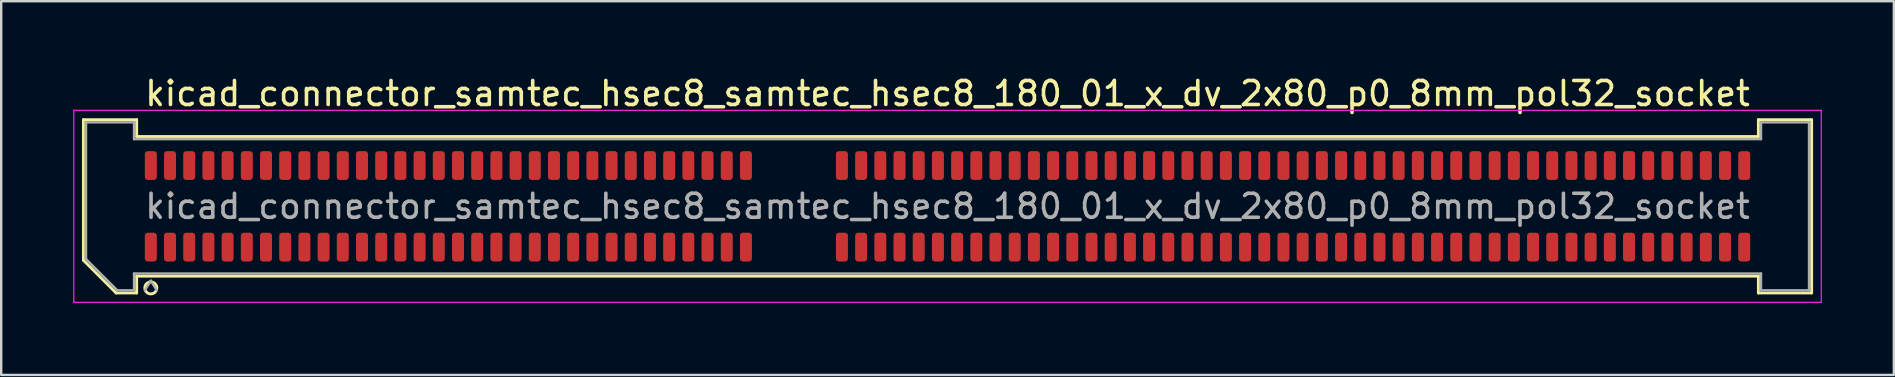
<source format=kicad_pcb>
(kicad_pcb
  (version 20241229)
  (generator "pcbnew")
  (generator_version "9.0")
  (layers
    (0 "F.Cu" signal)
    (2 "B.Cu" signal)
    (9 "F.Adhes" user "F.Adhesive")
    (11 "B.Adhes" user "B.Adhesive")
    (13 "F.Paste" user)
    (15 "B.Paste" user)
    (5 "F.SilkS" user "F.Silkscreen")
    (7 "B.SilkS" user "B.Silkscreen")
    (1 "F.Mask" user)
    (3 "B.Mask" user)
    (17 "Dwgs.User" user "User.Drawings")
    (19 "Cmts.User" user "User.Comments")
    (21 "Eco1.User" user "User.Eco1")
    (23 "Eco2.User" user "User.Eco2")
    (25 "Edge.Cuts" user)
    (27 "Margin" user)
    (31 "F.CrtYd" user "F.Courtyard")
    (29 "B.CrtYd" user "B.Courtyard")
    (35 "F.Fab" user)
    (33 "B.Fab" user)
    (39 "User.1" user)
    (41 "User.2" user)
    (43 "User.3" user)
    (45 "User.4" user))
  (footprint "kicad_connector_samtec_hsec8_samtec_hsec8_180_01_x_dv_2x80_p0_8mm_pol32_socket"
    (layer "F.Cu")
    (at 36.435 5.548)
    (property "Reference" "kicad_connector_samtec_hsec8_samtec_hsec8_180_01_x_dv_2x80_p0_8mm_pol32_socket" (at 0 -4.7 0) (layer "F.SilkS") (effects (font (size 1 1) (thickness 0.15))))
    (attr smd)
    (fp_line (start -36.01 -3.61) (end -33.79 -3.61) (stroke (width 0.12) (type solid)) (layer "F.SilkS"))
    (fp_line (start -36.01 2.246) (end -36.01 -3.61) (stroke (width 0.12) (type solid)) (layer "F.SilkS"))
    (fp_line (start -34.646 3.61) (end -36.01 2.246) (stroke (width 0.12) (type solid)) (layer "F.SilkS"))
    (fp_line (start -33.79 -3.61) (end -33.79 -2.91) (stroke (width 0.12) (type solid)) (layer "F.SilkS"))
    (fp_line (start -33.79 -2.91) (end 33.79 -2.91) (stroke (width 0.12) (type solid)) (layer "F.SilkS"))
    (fp_line (start -33.79 2.91) (end -33.79 3.61) (stroke (width 0.12) (type solid)) (layer "F.SilkS"))
    (fp_line (start -33.79 3.61) (end -34.646 3.61) (stroke (width 0.12) (type solid)) (layer "F.SilkS"))
    (fp_line (start 33.79 -3.61) (end 36.01 -3.61) (stroke (width 0.12) (type solid)) (layer "F.SilkS"))
    (fp_line (start 33.79 -2.91) (end 33.79 -3.61) (stroke (width 0.12) (type solid)) (layer "F.SilkS"))
    (fp_line (start 33.79 2.91) (end -33.79 2.91) (stroke (width 0.12) (type solid)) (layer "F.SilkS"))
    (fp_line (start 33.79 3.61) (end 33.79 2.91) (stroke (width 0.12) (type solid)) (layer "F.SilkS"))
    (fp_line (start 36.01 -3.61) (end 36.01 3.61) (stroke (width 0.12) (type solid)) (layer "F.SilkS"))
    (fp_line (start 36.01 3.61) (end 33.79 3.61) (stroke (width 0.12) (type solid)) (layer "F.SilkS"))
    (fp_arc (start -32.95 3.4) (mid -33.45 3.4) (end -32.95 3.4) (stroke (width 0.12) (type solid)) (layer "F.SilkS"))
    (fp_line (start -36.41 -4) (end -36.41 4) (stroke (width 0.05) (type solid)) (layer "F.CrtYd"))
    (fp_line (start -36.41 4) (end 36.41 4) (stroke (width 0.05) (type solid)) (layer "F.CrtYd"))
    (fp_line (start 36.41 -4) (end -36.41 -4) (stroke (width 0.05) (type solid)) (layer "F.CrtYd"))
    (fp_line (start 36.41 4) (end 36.41 -4) (stroke (width 0.05) (type solid)) (layer "F.CrtYd"))
    (fp_line (start -35.9 -3.5) (end -33.9 -3.5) (stroke (width 0.1) (type solid)) (layer "F.Fab"))
    (fp_line (start -35.9 2.2) (end -35.9 -3.5) (stroke (width 0.1) (type solid)) (layer "F.Fab"))
    (fp_line (start -34.6 3.5) (end -35.9 2.2) (stroke (width 0.1) (type solid)) (layer "F.Fab"))
    (fp_line (start -33.9 -3.5) (end -33.9 -2.8) (stroke (width 0.1) (type solid)) (layer "F.Fab"))
    (fp_line (start -33.9 -2.8) (end 33.9 -2.8) (stroke (width 0.1) (type solid)) (layer "F.Fab"))
    (fp_line (start -33.9 2.8) (end -33.9 3.5) (stroke (width 0.1) (type solid)) (layer "F.Fab"))
    (fp_line (start -33.9 3.5) (end -34.6 3.5) (stroke (width 0.1) (type solid)) (layer "F.Fab"))
    (fp_line (start -33.2 3.1) (end -33.45 3.5) (stroke (width 0.1) (type solid)) (layer "F.Fab"))
    (fp_line (start -33.2 3.1) (end -32.95 3.5) (stroke (width 0.1) (type solid)) (layer "F.Fab"))
    (fp_line (start 33.9 -3.5) (end 35.9 -3.5) (stroke (width 0.1) (type solid)) (layer "F.Fab"))
    (fp_line (start 33.9 -2.8) (end 33.9 -3.5) (stroke (width 0.1) (type solid)) (layer "F.Fab"))
    (fp_line (start 33.9 2.8) (end -33.9 2.8) (stroke (width 0.1) (type solid)) (layer "F.Fab"))
    (fp_line (start 33.9 3.5) (end 33.9 2.8) (stroke (width 0.1) (type solid)) (layer "F.Fab"))
    (fp_line (start 35.9 -3.5) (end 35.9 3.5) (stroke (width 0.1) (type solid)) (layer "F.Fab"))
    (fp_line (start 35.9 3.5) (end 33.9 3.5) (stroke (width 0.1) (type solid)) (layer "F.Fab"))
    (fp_text user "${REFERENCE}" (at 0 0 0) (layer "F.Fab") (effects (font (size 1 1) (thickness 0.15))))
    (pad "1" smd roundrect (at -33.2 1.7) (size 0.5 1.2) (layers "F.Cu" "F.Mask" "F.Paste") (roundrect_rratio 0.25))
    (pad "2" smd roundrect (at -33.2 -1.7) (size 0.5 1.2) (layers "F.Cu" "F.Mask" "F.Paste") (roundrect_rratio 0.25))
    (pad "3" smd roundrect (at -32.4 1.7) (size 0.5 1.2) (layers "F.Cu" "F.Mask" "F.Paste") (roundrect_rratio 0.25))
    (pad "4" smd roundrect (at -32.4 -1.7) (size 0.5 1.2) (layers "F.Cu" "F.Mask" "F.Paste") (roundrect_rratio 0.25))
    (pad "5" smd roundrect (at -31.6 1.7) (size 0.5 1.2) (layers "F.Cu" "F.Mask" "F.Paste") (roundrect_rratio 0.25))
    (pad "6" smd roundrect (at -31.6 -1.7) (size 0.5 1.2) (layers "F.Cu" "F.Mask" "F.Paste") (roundrect_rratio 0.25))
    (pad "7" smd roundrect (at -30.8 1.7) (size 0.5 1.2) (layers "F.Cu" "F.Mask" "F.Paste") (roundrect_rratio 0.25))
    (pad "8" smd roundrect (at -30.8 -1.7) (size 0.5 1.2) (layers "F.Cu" "F.Mask" "F.Paste") (roundrect_rratio 0.25))
    (pad "9" smd roundrect (at -30 1.7) (size 0.5 1.2) (layers "F.Cu" "F.Mask" "F.Paste") (roundrect_rratio 0.25))
    (pad "10" smd roundrect (at -30 -1.7) (size 0.5 1.2) (layers "F.Cu" "F.Mask" "F.Paste") (roundrect_rratio 0.25))
    (pad "11" smd roundrect (at -29.2 1.7) (size 0.5 1.2) (layers "F.Cu" "F.Mask" "F.Paste") (roundrect_rratio 0.25))
    (pad "12" smd roundrect (at -29.2 -1.7) (size 0.5 1.2) (layers "F.Cu" "F.Mask" "F.Paste") (roundrect_rratio 0.25))
    (pad "13" smd roundrect (at -28.4 1.7) (size 0.5 1.2) (layers "F.Cu" "F.Mask" "F.Paste") (roundrect_rratio 0.25))
    (pad "14" smd roundrect (at -28.4 -1.7) (size 0.5 1.2) (layers "F.Cu" "F.Mask" "F.Paste") (roundrect_rratio 0.25))
    (pad "15" smd roundrect (at -27.6 1.7) (size 0.5 1.2) (layers "F.Cu" "F.Mask" "F.Paste") (roundrect_rratio 0.25))
    (pad "16" smd roundrect (at -27.6 -1.7) (size 0.5 1.2) (layers "F.Cu" "F.Mask" "F.Paste") (roundrect_rratio 0.25))
    (pad "17" smd roundrect (at -26.8 1.7) (size 0.5 1.2) (layers "F.Cu" "F.Mask" "F.Paste") (roundrect_rratio 0.25))
    (pad "18" smd roundrect (at -26.8 -1.7) (size 0.5 1.2) (layers "F.Cu" "F.Mask" "F.Paste") (roundrect_rratio 0.25))
    (pad "19" smd roundrect (at -26 1.7) (size 0.5 1.2) (layers "F.Cu" "F.Mask" "F.Paste") (roundrect_rratio 0.25))
    (pad "20" smd roundrect (at -26 -1.7) (size 0.5 1.2) (layers "F.Cu" "F.Mask" "F.Paste") (roundrect_rratio 0.25))
    (pad "21" smd roundrect (at -25.2 1.7) (size 0.5 1.2) (layers "F.Cu" "F.Mask" "F.Paste") (roundrect_rratio 0.25))
    (pad "22" smd roundrect (at -25.2 -1.7) (size 0.5 1.2) (layers "F.Cu" "F.Mask" "F.Paste") (roundrect_rratio 0.25))
    (pad "23" smd roundrect (at -24.4 1.7) (size 0.5 1.2) (layers "F.Cu" "F.Mask" "F.Paste") (roundrect_rratio 0.25))
    (pad "24" smd roundrect (at -24.4 -1.7) (size 0.5 1.2) (layers "F.Cu" "F.Mask" "F.Paste") (roundrect_rratio 0.25))
    (pad "25" smd roundrect (at -23.6 1.7) (size 0.5 1.2) (layers "F.Cu" "F.Mask" "F.Paste") (roundrect_rratio 0.25))
    (pad "26" smd roundrect (at -23.6 -1.7) (size 0.5 1.2) (layers "F.Cu" "F.Mask" "F.Paste") (roundrect_rratio 0.25))
    (pad "27" smd roundrect (at -22.8 1.7) (size 0.5 1.2) (layers "F.Cu" "F.Mask" "F.Paste") (roundrect_rratio 0.25))
    (pad "28" smd roundrect (at -22.8 -1.7) (size 0.5 1.2) (layers "F.Cu" "F.Mask" "F.Paste") (roundrect_rratio 0.25))
    (pad "29" smd roundrect (at -22 1.7) (size 0.5 1.2) (layers "F.Cu" "F.Mask" "F.Paste") (roundrect_rratio 0.25))
    (pad "30" smd roundrect (at -22 -1.7) (size 0.5 1.2) (layers "F.Cu" "F.Mask" "F.Paste") (roundrect_rratio 0.25))
    (pad "31" smd roundrect (at -21.2 1.7) (size 0.5 1.2) (layers "F.Cu" "F.Mask" "F.Paste") (roundrect_rratio 0.25))
    (pad "32" smd roundrect (at -21.2 -1.7) (size 0.5 1.2) (layers "F.Cu" "F.Mask" "F.Paste") (roundrect_rratio 0.25))
    (pad "33" smd roundrect (at -20.4 1.7) (size 0.5 1.2) (layers "F.Cu" "F.Mask" "F.Paste") (roundrect_rratio 0.25))
    (pad "34" smd roundrect (at -20.4 -1.7) (size 0.5 1.2) (layers "F.Cu" "F.Mask" "F.Paste") (roundrect_rratio 0.25))
    (pad "35" smd roundrect (at -19.6 1.7) (size 0.5 1.2) (layers "F.Cu" "F.Mask" "F.Paste") (roundrect_rratio 0.25))
    (pad "36" smd roundrect (at -19.6 -1.7) (size 0.5 1.2) (layers "F.Cu" "F.Mask" "F.Paste") (roundrect_rratio 0.25))
    (pad "37" smd roundrect (at -18.8 1.7) (size 0.5 1.2) (layers "F.Cu" "F.Mask" "F.Paste") (roundrect_rratio 0.25))
    (pad "38" smd roundrect (at -18.8 -1.7) (size 0.5 1.2) (layers "F.Cu" "F.Mask" "F.Paste") (roundrect_rratio 0.25))
    (pad "39" smd roundrect (at -18 1.7) (size 0.5 1.2) (layers "F.Cu" "F.Mask" "F.Paste") (roundrect_rratio 0.25))
    (pad "40" smd roundrect (at -18 -1.7) (size 0.5 1.2) (layers "F.Cu" "F.Mask" "F.Paste") (roundrect_rratio 0.25))
    (pad "41" smd roundrect (at -17.2 1.7) (size 0.5 1.2) (layers "F.Cu" "F.Mask" "F.Paste") (roundrect_rratio 0.25))
    (pad "42" smd roundrect (at -17.2 -1.7) (size 0.5 1.2) (layers "F.Cu" "F.Mask" "F.Paste") (roundrect_rratio 0.25))
    (pad "43" smd roundrect (at -16.4 1.7) (size 0.5 1.2) (layers "F.Cu" "F.Mask" "F.Paste") (roundrect_rratio 0.25))
    (pad "44" smd roundrect (at -16.4 -1.7) (size 0.5 1.2) (layers "F.Cu" "F.Mask" "F.Paste") (roundrect_rratio 0.25))
    (pad "45" smd roundrect (at -15.6 1.7) (size 0.5 1.2) (layers "F.Cu" "F.Mask" "F.Paste") (roundrect_rratio 0.25))
    (pad "46" smd roundrect (at -15.6 -1.7) (size 0.5 1.2) (layers "F.Cu" "F.Mask" "F.Paste") (roundrect_rratio 0.25))
    (pad "47" smd roundrect (at -14.8 1.7) (size 0.5 1.2) (layers "F.Cu" "F.Mask" "F.Paste") (roundrect_rratio 0.25))
    (pad "48" smd roundrect (at -14.8 -1.7) (size 0.5 1.2) (layers "F.Cu" "F.Mask" "F.Paste") (roundrect_rratio 0.25))
    (pad "49" smd roundrect (at -14 1.7) (size 0.5 1.2) (layers "F.Cu" "F.Mask" "F.Paste") (roundrect_rratio 0.25))
    (pad "50" smd roundrect (at -14 -1.7) (size 0.5 1.2) (layers "F.Cu" "F.Mask" "F.Paste") (roundrect_rratio 0.25))
    (pad "51" smd roundrect (at -13.2 1.7) (size 0.5 1.2) (layers "F.Cu" "F.Mask" "F.Paste") (roundrect_rratio 0.25))
    (pad "52" smd roundrect (at -13.2 -1.7) (size 0.5 1.2) (layers "F.Cu" "F.Mask" "F.Paste") (roundrect_rratio 0.25))
    (pad "53" smd roundrect (at -12.4 1.7) (size 0.5 1.2) (layers "F.Cu" "F.Mask" "F.Paste") (roundrect_rratio 0.25))
    (pad "54" smd roundrect (at -12.4 -1.7) (size 0.5 1.2) (layers "F.Cu" "F.Mask" "F.Paste") (roundrect_rratio 0.25))
    (pad "55" smd roundrect (at -11.6 1.7) (size 0.5 1.2) (layers "F.Cu" "F.Mask" "F.Paste") (roundrect_rratio 0.25))
    (pad "56" smd roundrect (at -11.6 -1.7) (size 0.5 1.2) (layers "F.Cu" "F.Mask" "F.Paste") (roundrect_rratio 0.25))
    (pad "57" smd roundrect (at -10.8 1.7) (size 0.5 1.2) (layers "F.Cu" "F.Mask" "F.Paste") (roundrect_rratio 0.25))
    (pad "58" smd roundrect (at -10.8 -1.7) (size 0.5 1.2) (layers "F.Cu" "F.Mask" "F.Paste") (roundrect_rratio 0.25))
    (pad "59" smd roundrect (at -10 1.7) (size 0.5 1.2) (layers "F.Cu" "F.Mask" "F.Paste") (roundrect_rratio 0.25))
    (pad "60" smd roundrect (at -10 -1.7) (size 0.5 1.2) (layers "F.Cu" "F.Mask" "F.Paste") (roundrect_rratio 0.25))
    (pad "61" smd roundrect (at -9.2 1.7) (size 0.5 1.2) (layers "F.Cu" "F.Mask" "F.Paste") (roundrect_rratio 0.25))
    (pad "62" smd roundrect (at -9.2 -1.7) (size 0.5 1.2) (layers "F.Cu" "F.Mask" "F.Paste") (roundrect_rratio 0.25))
    (pad "63" smd roundrect (at -8.4 1.7) (size 0.5 1.2) (layers "F.Cu" "F.Mask" "F.Paste") (roundrect_rratio 0.25))
    (pad "64" smd roundrect (at -8.4 -1.7) (size 0.5 1.2) (layers "F.Cu" "F.Mask" "F.Paste") (roundrect_rratio 0.25))
    (pad "65" smd roundrect (at -4.4 1.7) (size 0.5 1.2) (layers "F.Cu" "F.Mask" "F.Paste") (roundrect_rratio 0.25))
    (pad "66" smd roundrect (at -4.4 -1.7) (size 0.5 1.2) (layers "F.Cu" "F.Mask" "F.Paste") (roundrect_rratio 0.25))
    (pad "67" smd roundrect (at -3.6 1.7) (size 0.5 1.2) (layers "F.Cu" "F.Mask" "F.Paste") (roundrect_rratio 0.25))
    (pad "68" smd roundrect (at -3.6 -1.7) (size 0.5 1.2) (layers "F.Cu" "F.Mask" "F.Paste") (roundrect_rratio 0.25))
    (pad "69" smd roundrect (at -2.8 1.7) (size 0.5 1.2) (layers "F.Cu" "F.Mask" "F.Paste") (roundrect_rratio 0.25))
    (pad "70" smd roundrect (at -2.8 -1.7) (size 0.5 1.2) (layers "F.Cu" "F.Mask" "F.Paste") (roundrect_rratio 0.25))
    (pad "71" smd roundrect (at -2 1.7) (size 0.5 1.2) (layers "F.Cu" "F.Mask" "F.Paste") (roundrect_rratio 0.25))
    (pad "72" smd roundrect (at -2 -1.7) (size 0.5 1.2) (layers "F.Cu" "F.Mask" "F.Paste") (roundrect_rratio 0.25))
    (pad "73" smd roundrect (at -1.2 1.7) (size 0.5 1.2) (layers "F.Cu" "F.Mask" "F.Paste") (roundrect_rratio 0.25))
    (pad "74" smd roundrect (at -1.2 -1.7) (size 0.5 1.2) (layers "F.Cu" "F.Mask" "F.Paste") (roundrect_rratio 0.25))
    (pad "75" smd roundrect (at -0.4 1.7) (size 0.5 1.2) (layers "F.Cu" "F.Mask" "F.Paste") (roundrect_rratio 0.25))
    (pad "76" smd roundrect (at -0.4 -1.7) (size 0.5 1.2) (layers "F.Cu" "F.Mask" "F.Paste") (roundrect_rratio 0.25))
    (pad "77" smd roundrect (at 0.4 1.7) (size 0.5 1.2) (layers "F.Cu" "F.Mask" "F.Paste") (roundrect_rratio 0.25))
    (pad "78" smd roundrect (at 0.4 -1.7) (size 0.5 1.2) (layers "F.Cu" "F.Mask" "F.Paste") (roundrect_rratio 0.25))
    (pad "79" smd roundrect (at 1.2 1.7) (size 0.5 1.2) (layers "F.Cu" "F.Mask" "F.Paste") (roundrect_rratio 0.25))
    (pad "80" smd roundrect (at 1.2 -1.7) (size 0.5 1.2) (layers "F.Cu" "F.Mask" "F.Paste") (roundrect_rratio 0.25))
    (pad "81" smd roundrect (at 2 1.7) (size 0.5 1.2) (layers "F.Cu" "F.Mask" "F.Paste") (roundrect_rratio 0.25))
    (pad "82" smd roundrect (at 2 -1.7) (size 0.5 1.2) (layers "F.Cu" "F.Mask" "F.Paste") (roundrect_rratio 0.25))
    (pad "83" smd roundrect (at 2.8 1.7) (size 0.5 1.2) (layers "F.Cu" "F.Mask" "F.Paste") (roundrect_rratio 0.25))
    (pad "84" smd roundrect (at 2.8 -1.7) (size 0.5 1.2) (layers "F.Cu" "F.Mask" "F.Paste") (roundrect_rratio 0.25))
    (pad "85" smd roundrect (at 3.6 1.7) (size 0.5 1.2) (layers "F.Cu" "F.Mask" "F.Paste") (roundrect_rratio 0.25))
    (pad "86" smd roundrect (at 3.6 -1.7) (size 0.5 1.2) (layers "F.Cu" "F.Mask" "F.Paste") (roundrect_rratio 0.25))
    (pad "87" smd roundrect (at 4.4 1.7) (size 0.5 1.2) (layers "F.Cu" "F.Mask" "F.Paste") (roundrect_rratio 0.25))
    (pad "88" smd roundrect (at 4.4 -1.7) (size 0.5 1.2) (layers "F.Cu" "F.Mask" "F.Paste") (roundrect_rratio 0.25))
    (pad "89" smd roundrect (at 5.2 1.7) (size 0.5 1.2) (layers "F.Cu" "F.Mask" "F.Paste") (roundrect_rratio 0.25))
    (pad "90" smd roundrect (at 5.2 -1.7) (size 0.5 1.2) (layers "F.Cu" "F.Mask" "F.Paste") (roundrect_rratio 0.25))
    (pad "91" smd roundrect (at 6 1.7) (size 0.5 1.2) (layers "F.Cu" "F.Mask" "F.Paste") (roundrect_rratio 0.25))
    (pad "92" smd roundrect (at 6 -1.7) (size 0.5 1.2) (layers "F.Cu" "F.Mask" "F.Paste") (roundrect_rratio 0.25))
    (pad "93" smd roundrect (at 6.8 1.7) (size 0.5 1.2) (layers "F.Cu" "F.Mask" "F.Paste") (roundrect_rratio 0.25))
    (pad "94" smd roundrect (at 6.8 -1.7) (size 0.5 1.2) (layers "F.Cu" "F.Mask" "F.Paste") (roundrect_rratio 0.25))
    (pad "95" smd roundrect (at 7.6 1.7) (size 0.5 1.2) (layers "F.Cu" "F.Mask" "F.Paste") (roundrect_rratio 0.25))
    (pad "96" smd roundrect (at 7.6 -1.7) (size 0.5 1.2) (layers "F.Cu" "F.Mask" "F.Paste") (roundrect_rratio 0.25))
    (pad "97" smd roundrect (at 8.4 1.7) (size 0.5 1.2) (layers "F.Cu" "F.Mask" "F.Paste") (roundrect_rratio 0.25))
    (pad "98" smd roundrect (at 8.4 -1.7) (size 0.5 1.2) (layers "F.Cu" "F.Mask" "F.Paste") (roundrect_rratio 0.25))
    (pad "99" smd roundrect (at 9.2 1.7) (size 0.5 1.2) (layers "F.Cu" "F.Mask" "F.Paste") (roundrect_rratio 0.25))
    (pad "100" smd roundrect (at 9.2 -1.7) (size 0.5 1.2) (layers "F.Cu" "F.Mask" "F.Paste") (roundrect_rratio 0.25))
    (pad "101" smd roundrect (at 10 1.7) (size 0.5 1.2) (layers "F.Cu" "F.Mask" "F.Paste") (roundrect_rratio 0.25))
    (pad "102" smd roundrect (at 10 -1.7) (size 0.5 1.2) (layers "F.Cu" "F.Mask" "F.Paste") (roundrect_rratio 0.25))
    (pad "103" smd roundrect (at 10.8 1.7) (size 0.5 1.2) (layers "F.Cu" "F.Mask" "F.Paste") (roundrect_rratio 0.25))
    (pad "104" smd roundrect (at 10.8 -1.7) (size 0.5 1.2) (layers "F.Cu" "F.Mask" "F.Paste") (roundrect_rratio 0.25))
    (pad "105" smd roundrect (at 11.6 1.7) (size 0.5 1.2) (layers "F.Cu" "F.Mask" "F.Paste") (roundrect_rratio 0.25))
    (pad "106" smd roundrect (at 11.6 -1.7) (size 0.5 1.2) (layers "F.Cu" "F.Mask" "F.Paste") (roundrect_rratio 0.25))
    (pad "107" smd roundrect (at 12.4 1.7) (size 0.5 1.2) (layers "F.Cu" "F.Mask" "F.Paste") (roundrect_rratio 0.25))
    (pad "108" smd roundrect (at 12.4 -1.7) (size 0.5 1.2) (layers "F.Cu" "F.Mask" "F.Paste") (roundrect_rratio 0.25))
    (pad "109" smd roundrect (at 13.2 1.7) (size 0.5 1.2) (layers "F.Cu" "F.Mask" "F.Paste") (roundrect_rratio 0.25))
    (pad "110" smd roundrect (at 13.2 -1.7) (size 0.5 1.2) (layers "F.Cu" "F.Mask" "F.Paste") (roundrect_rratio 0.25))
    (pad "111" smd roundrect (at 14 1.7) (size 0.5 1.2) (layers "F.Cu" "F.Mask" "F.Paste") (roundrect_rratio 0.25))
    (pad "112" smd roundrect (at 14 -1.7) (size 0.5 1.2) (layers "F.Cu" "F.Mask" "F.Paste") (roundrect_rratio 0.25))
    (pad "113" smd roundrect (at 14.8 1.7) (size 0.5 1.2) (layers "F.Cu" "F.Mask" "F.Paste") (roundrect_rratio 0.25))
    (pad "114" smd roundrect (at 14.8 -1.7) (size 0.5 1.2) (layers "F.Cu" "F.Mask" "F.Paste") (roundrect_rratio 0.25))
    (pad "115" smd roundrect (at 15.6 1.7) (size 0.5 1.2) (layers "F.Cu" "F.Mask" "F.Paste") (roundrect_rratio 0.25))
    (pad "116" smd roundrect (at 15.6 -1.7) (size 0.5 1.2) (layers "F.Cu" "F.Mask" "F.Paste") (roundrect_rratio 0.25))
    (pad "117" smd roundrect (at 16.4 1.7) (size 0.5 1.2) (layers "F.Cu" "F.Mask" "F.Paste") (roundrect_rratio 0.25))
    (pad "118" smd roundrect (at 16.4 -1.7) (size 0.5 1.2) (layers "F.Cu" "F.Mask" "F.Paste") (roundrect_rratio 0.25))
    (pad "119" smd roundrect (at 17.2 1.7) (size 0.5 1.2) (layers "F.Cu" "F.Mask" "F.Paste") (roundrect_rratio 0.25))
    (pad "120" smd roundrect (at 17.2 -1.7) (size 0.5 1.2) (layers "F.Cu" "F.Mask" "F.Paste") (roundrect_rratio 0.25))
    (pad "121" smd roundrect (at 18 1.7) (size 0.5 1.2) (layers "F.Cu" "F.Mask" "F.Paste") (roundrect_rratio 0.25))
    (pad "122" smd roundrect (at 18 -1.7) (size 0.5 1.2) (layers "F.Cu" "F.Mask" "F.Paste") (roundrect_rratio 0.25))
    (pad "123" smd roundrect (at 18.8 1.7) (size 0.5 1.2) (layers "F.Cu" "F.Mask" "F.Paste") (roundrect_rratio 0.25))
    (pad "124" smd roundrect (at 18.8 -1.7) (size 0.5 1.2) (layers "F.Cu" "F.Mask" "F.Paste") (roundrect_rratio 0.25))
    (pad "125" smd roundrect (at 19.6 1.7) (size 0.5 1.2) (layers "F.Cu" "F.Mask" "F.Paste") (roundrect_rratio 0.25))
    (pad "126" smd roundrect (at 19.6 -1.7) (size 0.5 1.2) (layers "F.Cu" "F.Mask" "F.Paste") (roundrect_rratio 0.25))
    (pad "127" smd roundrect (at 20.4 1.7) (size 0.5 1.2) (layers "F.Cu" "F.Mask" "F.Paste") (roundrect_rratio 0.25))
    (pad "128" smd roundrect (at 20.4 -1.7) (size 0.5 1.2) (layers "F.Cu" "F.Mask" "F.Paste") (roundrect_rratio 0.25))
    (pad "129" smd roundrect (at 21.2 1.7) (size 0.5 1.2) (layers "F.Cu" "F.Mask" "F.Paste") (roundrect_rratio 0.25))
    (pad "130" smd roundrect (at 21.2 -1.7) (size 0.5 1.2) (layers "F.Cu" "F.Mask" "F.Paste") (roundrect_rratio 0.25))
    (pad "131" smd roundrect (at 22 1.7) (size 0.5 1.2) (layers "F.Cu" "F.Mask" "F.Paste") (roundrect_rratio 0.25))
    (pad "132" smd roundrect (at 22 -1.7) (size 0.5 1.2) (layers "F.Cu" "F.Mask" "F.Paste") (roundrect_rratio 0.25))
    (pad "133" smd roundrect (at 22.8 1.7) (size 0.5 1.2) (layers "F.Cu" "F.Mask" "F.Paste") (roundrect_rratio 0.25))
    (pad "134" smd roundrect (at 22.8 -1.7) (size 0.5 1.2) (layers "F.Cu" "F.Mask" "F.Paste") (roundrect_rratio 0.25))
    (pad "135" smd roundrect (at 23.6 1.7) (size 0.5 1.2) (layers "F.Cu" "F.Mask" "F.Paste") (roundrect_rratio 0.25))
    (pad "136" smd roundrect (at 23.6 -1.7) (size 0.5 1.2) (layers "F.Cu" "F.Mask" "F.Paste") (roundrect_rratio 0.25))
    (pad "137" smd roundrect (at 24.4 1.7) (size 0.5 1.2) (layers "F.Cu" "F.Mask" "F.Paste") (roundrect_rratio 0.25))
    (pad "138" smd roundrect (at 24.4 -1.7) (size 0.5 1.2) (layers "F.Cu" "F.Mask" "F.Paste") (roundrect_rratio 0.25))
    (pad "139" smd roundrect (at 25.2 1.7) (size 0.5 1.2) (layers "F.Cu" "F.Mask" "F.Paste") (roundrect_rratio 0.25))
    (pad "140" smd roundrect (at 25.2 -1.7) (size 0.5 1.2) (layers "F.Cu" "F.Mask" "F.Paste") (roundrect_rratio 0.25))
    (pad "141" smd roundrect (at 26 1.7) (size 0.5 1.2) (layers "F.Cu" "F.Mask" "F.Paste") (roundrect_rratio 0.25))
    (pad "142" smd roundrect (at 26 -1.7) (size 0.5 1.2) (layers "F.Cu" "F.Mask" "F.Paste") (roundrect_rratio 0.25))
    (pad "143" smd roundrect (at 26.8 1.7) (size 0.5 1.2) (layers "F.Cu" "F.Mask" "F.Paste") (roundrect_rratio 0.25))
    (pad "144" smd roundrect (at 26.8 -1.7) (size 0.5 1.2) (layers "F.Cu" "F.Mask" "F.Paste") (roundrect_rratio 0.25))
    (pad "145" smd roundrect (at 27.6 1.7) (size 0.5 1.2) (layers "F.Cu" "F.Mask" "F.Paste") (roundrect_rratio 0.25))
    (pad "146" smd roundrect (at 27.6 -1.7) (size 0.5 1.2) (layers "F.Cu" "F.Mask" "F.Paste") (roundrect_rratio 0.25))
    (pad "147" smd roundrect (at 28.4 1.7) (size 0.5 1.2) (layers "F.Cu" "F.Mask" "F.Paste") (roundrect_rratio 0.25))
    (pad "148" smd roundrect (at 28.4 -1.7) (size 0.5 1.2) (layers "F.Cu" "F.Mask" "F.Paste") (roundrect_rratio 0.25))
    (pad "149" smd roundrect (at 29.2 1.7) (size 0.5 1.2) (layers "F.Cu" "F.Mask" "F.Paste") (roundrect_rratio 0.25))
    (pad "150" smd roundrect (at 29.2 -1.7) (size 0.5 1.2) (layers "F.Cu" "F.Mask" "F.Paste") (roundrect_rratio 0.25))
    (pad "151" smd roundrect (at 30 1.7) (size 0.5 1.2) (layers "F.Cu" "F.Mask" "F.Paste") (roundrect_rratio 0.25))
    (pad "152" smd roundrect (at 30 -1.7) (size 0.5 1.2) (layers "F.Cu" "F.Mask" "F.Paste") (roundrect_rratio 0.25))
    (pad "153" smd roundrect (at 30.8 1.7) (size 0.5 1.2) (layers "F.Cu" "F.Mask" "F.Paste") (roundrect_rratio 0.25))
    (pad "154" smd roundrect (at 30.8 -1.7) (size 0.5 1.2) (layers "F.Cu" "F.Mask" "F.Paste") (roundrect_rratio 0.25))
    (pad "155" smd roundrect (at 31.6 1.7) (size 0.5 1.2) (layers "F.Cu" "F.Mask" "F.Paste") (roundrect_rratio 0.25))
    (pad "156" smd roundrect (at 31.6 -1.7) (size 0.5 1.2) (layers "F.Cu" "F.Mask" "F.Paste") (roundrect_rratio 0.25))
    (pad "157" smd roundrect (at 32.4 1.7) (size 0.5 1.2) (layers "F.Cu" "F.Mask" "F.Paste") (roundrect_rratio 0.25))
    (pad "158" smd roundrect (at 32.4 -1.7) (size 0.5 1.2) (layers "F.Cu" "F.Mask" "F.Paste") (roundrect_rratio 0.25))
    (pad "159" smd roundrect (at 33.2 1.7) (size 0.5 1.2) (layers "F.Cu" "F.Mask" "F.Paste") (roundrect_rratio 0.25))
    (pad "160" smd roundrect (at 33.2 -1.7) (size 0.5 1.2) (layers "F.Cu" "F.Mask" "F.Paste") (roundrect_rratio 0.25)))
  (gr_rect
    (start -3 -3)
    (end 75.87 12.573)
    (stroke (width 0.1) (type default))
    (fill no)
    (layer "Edge.Cuts")))
</source>
